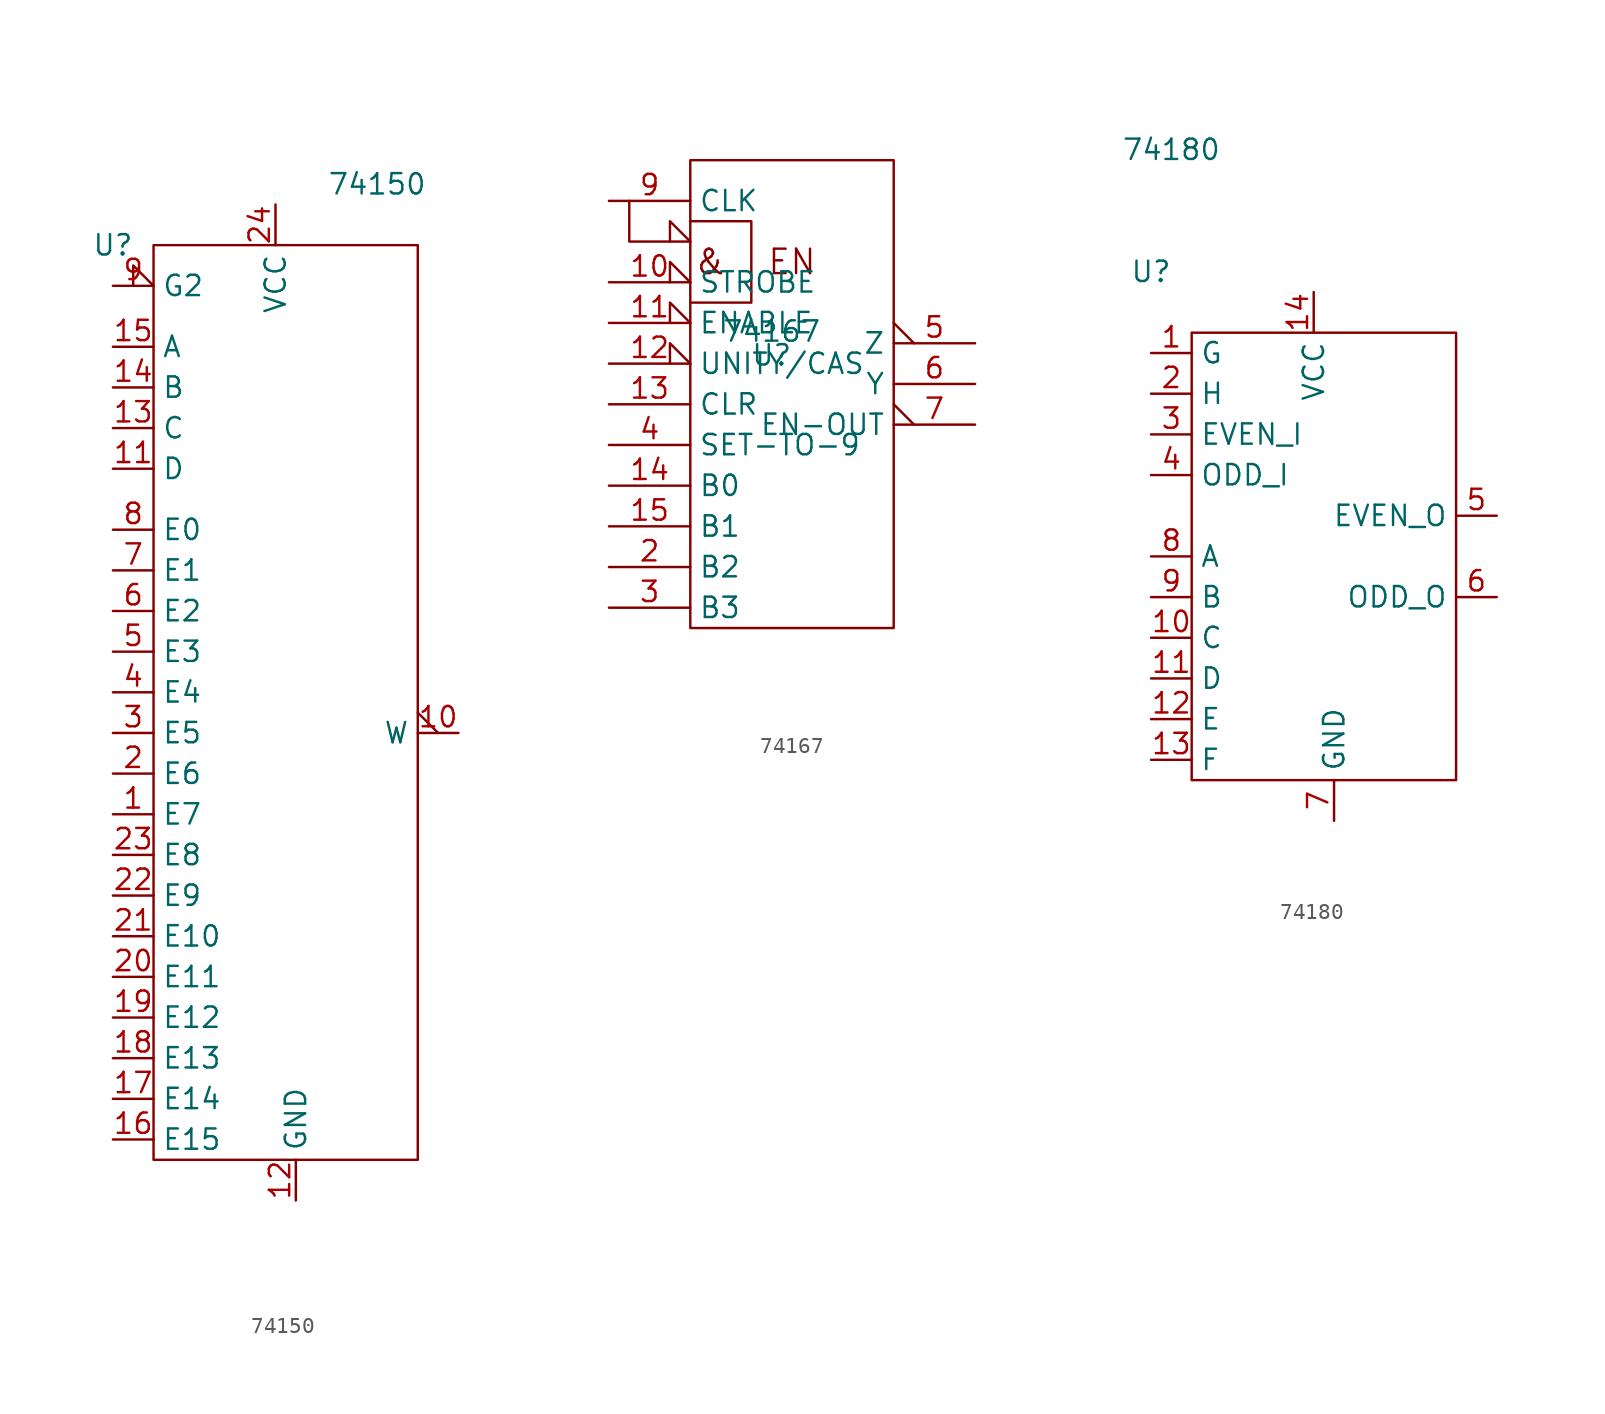
<source format=kicad_sym>
(kicad_symbol_lib
  (version 20211014)
  (generator kicad_symbol_editor)
  (symbol "74150"
    (property "Reference" "U"
      (at 0 0 0)
      (effects (font (size 1.27 1.27))))
    (property "Value" "74150"
      (at 16.51 3.81 0)
      (effects (font (size 1.27 1.27))))
    (symbol "74150_0_0"
      (pin input line (at 0 -35.56 0) (length 2.54) (name "E7" (effects (font (size 1.27 1.27)))) (number "1" (effects (font (size 1.27 1.27)))))
      (pin output output_low (at 21.59 -30.48 180) (length 2.54) (name "W" (effects (font (size 1.27 1.27)))) (number "10" (effects (font (size 1.27 1.27)))))
      (pin input line (at 0 -13.97 0) (length 2.54) (name "D" (effects (font (size 1.27 1.27)))) (number "11" (effects (font (size 1.27 1.27)))))
      (pin power_in line (at 11.43 -59.69 90) (length 2.54) (name "GND" (effects (font (size 1.27 1.27)))) (number "12" (effects (font (size 1.27 1.27)))))
      (pin input line (at 0 -11.43 0) (length 2.54) (name "C" (effects (font (size 1.27 1.27)))) (number "13" (effects (font (size 1.27 1.27)))))
      (pin input line (at 0 -8.89 0) (length 2.54) (name "B" (effects (font (size 1.27 1.27)))) (number "14" (effects (font (size 1.27 1.27)))))
      (pin input line (at 0 -6.35 0) (length 2.54) (name "A" (effects (font (size 1.27 1.27)))) (number "15" (effects (font (size 1.27 1.27)))))
      (pin input line (at 0 -55.88 0) (length 2.54) (name "E15" (effects (font (size 1.27 1.27)))) (number "16" (effects (font (size 1.27 1.27)))))
      (pin input line (at 0 -53.34 0) (length 2.54) (name "E14" (effects (font (size 1.27 1.27)))) (number "17" (effects (font (size 1.27 1.27)))))
      (pin input line (at 0 -50.8 0) (length 2.54) (name "E13" (effects (font (size 1.27 1.27)))) (number "18" (effects (font (size 1.27 1.27)))))
      (pin input line (at 0 -48.26 0) (length 2.54) (name "E12" (effects (font (size 1.27 1.27)))) (number "19" (effects (font (size 1.27 1.27)))))
      (pin input line (at 0 -33.02 0) (length 2.54) (name "E6" (effects (font (size 1.27 1.27)))) (number "2" (effects (font (size 1.27 1.27)))))
      (pin input line (at 0 -45.72 0) (length 2.54) (name "E11" (effects (font (size 1.27 1.27)))) (number "20" (effects (font (size 1.27 1.27)))))
      (pin input line (at 0 -43.18 0) (length 2.54) (name "E10" (effects (font (size 1.27 1.27)))) (number "21" (effects (font (size 1.27 1.27)))))
      (pin input line (at 0 -40.64 0) (length 2.54) (name "E9" (effects (font (size 1.27 1.27)))) (number "22" (effects (font (size 1.27 1.27)))))
      (pin input line (at 0 -38.1 0) (length 2.54) (name "E8" (effects (font (size 1.27 1.27)))) (number "23" (effects (font (size 1.27 1.27)))))
      (pin power_in line (at 10.16 2.54 270) (length 2.54) (name "VCC" (effects (font (size 1.27 1.27)))) (number "24" (effects (font (size 1.27 1.27)))))
      (pin input line (at 0 -30.48 0) (length 2.54) (name "E5" (effects (font (size 1.27 1.27)))) (number "3" (effects (font (size 1.27 1.27)))))
      (pin input line (at 0 -27.94 0) (length 2.54) (name "E4" (effects (font (size 1.27 1.27)))) (number "4" (effects (font (size 1.27 1.27)))))
      (pin input line (at 0 -25.4 0) (length 2.54) (name "E3" (effects (font (size 1.27 1.27)))) (number "5" (effects (font (size 1.27 1.27)))))
      (pin input line (at 0 -22.86 0) (length 2.54) (name "E2" (effects (font (size 1.27 1.27)))) (number "6" (effects (font (size 1.27 1.27)))))
      (pin input line (at 0 -20.32 0) (length 2.54) (name "E1" (effects (font (size 1.27 1.27)))) (number "7" (effects (font (size 1.27 1.27)))))
      (pin input line (at 0 -17.78 0) (length 2.54) (name "E0" (effects (font (size 1.27 1.27)))) (number "8" (effects (font (size 1.27 1.27)))))
      (pin input input_low (at 0 -2.54 0) (length 2.54) (name "G2" (effects (font (size 1.27 1.27)))) (number "9" (effects (font (size 1.27 1.27))))))
    (symbol "74150_0_1"
      (rectangle (start 2.54 0) (end 19.05 -57.15) (stroke (width 0.152) (type default) (color 0 0 0 0)) (fill (type none)))))
  (symbol "74167"
    (property "Reference" "U"
      (at 0 0 0)
      (effects (font (size 1.27 1.27)) (justify top)))
    (property "Value" "74167"
      (at 0 0 0)
      (effects (font (size 1.27 1.27)) (justify bottom)))
    (symbol "74167_0_0"
      (polyline (pts (xy -5.08 7.62) (xy -1.27 7.62) (xy -1.27 2.54) (xy -5.08 2.54) (xy -5.08 2.54)) (stroke (width 0) (type default) (color 0 0 0 0)) (fill (type none)))
      (text "&" (at -3.81 5.08 0) (effects (font (size 1.524 1.524))))
      (text "EN" (at 1.27 5.08 0) (effects (font (size 1.524 1.524))))
      (pin input input_low (at -10.16 3.81 0) (length 5.08) (name "STROBE" (effects (font (size 1.27 1.27)))) (number "10" (effects (font (size 1.27 1.27)))))
      (pin input input_low (at -10.16 1.27 0) (length 5.08) (name "ENABLE" (effects (font (size 1.27 1.27)))) (number "11" (effects (font (size 1.27 1.27)))))
      (pin input input_low (at -10.16 -1.27 0) (length 5.08) (name "UNITY/CAS" (effects (font (size 1.27 1.27)))) (number "12" (effects (font (size 1.27 1.27)))))
      (pin input line (at -10.16 -3.81 0) (length 5.08) (name "CLR" (effects (font (size 1.27 1.27)))) (number "13" (effects (font (size 1.27 1.27)))))
      (pin input line (at -10.16 -8.89 0) (length 5.08) (name "B0" (effects (font (size 1.27 1.27)))) (number "14" (effects (font (size 1.27 1.27)))))
      (pin input line (at -10.16 -11.43 0) (length 5.08) (name "B1" (effects (font (size 1.27 1.27)))) (number "15" (effects (font (size 1.27 1.27)))))
      (pin power_in line (at 1.27 11.43 90) (length 2.54) hide (name "VCC" (effects (font (size 1.27 1.27)))) (number "16" (effects (font (size 1.27 1.27)))))
      (pin input line (at -10.16 -13.97 0) (length 5.08) (name "B2" (effects (font (size 1.27 1.27)))) (number "2" (effects (font (size 1.27 1.27)))))
      (pin input line (at -10.16 -16.51 0) (length 5.08) (name "B3" (effects (font (size 1.27 1.27)))) (number "3" (effects (font (size 1.27 1.27)))))
      (pin input line (at -10.16 -6.35 0) (length 5.08) (name "SET-TO-9" (effects (font (size 1.27 1.27)))) (number "4" (effects (font (size 1.27 1.27)))))
      (pin output output_low (at 12.7 0 180) (length 5.08) (name "Z" (effects (font (size 1.27 1.27)))) (number "5" (effects (font (size 1.27 1.27)))))
      (pin output line (at 12.7 -2.54 180) (length 5.08) (name "Y" (effects (font (size 1.27 1.27)))) (number "6" (effects (font (size 1.27 1.27)))))
      (pin output output_low (at 12.7 -5.08 180) (length 5.08) (name "EN-OUT" (effects (font (size 1.27 1.27)))) (number "7" (effects (font (size 1.27 1.27)))))
      (pin input line (at -10.16 8.89 0) (length 5.08) (name "CLK" (effects (font (size 1.27 1.27)))) (number "9" (effects (font (size 1.27 1.27))))))
    (symbol "74167_0_1"
      (rectangle (start -5.08 11.43) (end 7.62 -17.78) (stroke (width 0) (type default) (color 0 0 0 0)) (fill (type none)))
      (polyline (pts (xy -8.89 8.89) (xy -8.89 6.35) (xy -5.08 6.35)) (stroke (width 0.152) (type default) (color 0 0 0 0)) (fill (type none)))
      (polyline (pts (xy -5.08 6.35) (xy -6.35 7.62) (xy -6.35 6.35)) (stroke (width 0.152) (type default) (color 0 0 0 0)) (fill (type none))))
    (symbol "74167_1_1"
      (pin power_in line (at 1.27 -20.32 90) (length 2.54) hide (name "GND" (effects (font (size 1.27 1.27)))) (number "8" (effects (font (size 1.27 1.27)))))))
  (symbol "74180"
    (property "Reference" "U"
      (at 0 0 0)
      (effects (font (size 1.27 1.27))))
    (property "Value" "74180"
      (at 1.27 7.62 0)
      (effects (font (size 1.27 1.27))))
    (symbol "74180_0_0"
      (pin input line (at 0 -5.08 0) (length 2.54) (name "G" (effects (font (size 1.27 1.27)))) (number "1" (effects (font (size 1.27 1.27)))))
      (pin input line (at 0 -22.86 0) (length 2.54) (name "C" (effects (font (size 1.27 1.27)))) (number "10" (effects (font (size 1.27 1.27)))))
      (pin input line (at 0 -25.4 0) (length 2.54) (name "D" (effects (font (size 1.27 1.27)))) (number "11" (effects (font (size 1.27 1.27)))))
      (pin input line (at 0 -27.94 0) (length 2.54) (name "E" (effects (font (size 1.27 1.27)))) (number "12" (effects (font (size 1.27 1.27)))))
      (pin input line (at 0 -30.48 0) (length 2.54) (name "F" (effects (font (size 1.27 1.27)))) (number "13" (effects (font (size 1.27 1.27)))))
      (pin power_in line (at 10.16 -1.27 270) (length 2.54) (name "VCC" (effects (font (size 1.27 1.27)))) (number "14" (effects (font (size 1.27 1.27)))))
      (pin input line (at 0 -7.62 0) (length 2.54) (name "H" (effects (font (size 1.27 1.27)))) (number "2" (effects (font (size 1.27 1.27)))))
      (pin input line (at 0 -10.16 0) (length 2.54) (name "EVEN_I" (effects (font (size 1.27 1.27)))) (number "3" (effects (font (size 1.27 1.27)))))
      (pin input line (at 0 -12.7 0) (length 2.54) (name "ODD_I" (effects (font (size 1.27 1.27)))) (number "4" (effects (font (size 1.27 1.27)))))
      (pin output line (at 21.59 -15.24 180) (length 2.54) (name "EVEN_O" (effects (font (size 1.27 1.27)))) (number "5" (effects (font (size 1.27 1.27)))))
      (pin output line (at 21.59 -20.32 180) (length 2.54) (name "ODD_O" (effects (font (size 1.27 1.27)))) (number "6" (effects (font (size 1.27 1.27)))))
      (pin power_out line (at 11.43 -34.29 90) (length 2.54) (name "GND" (effects (font (size 1.27 1.27)))) (number "7" (effects (font (size 1.27 1.27)))))
      (pin input line (at 0 -17.78 0) (length 2.54) (name "A" (effects (font (size 1.27 1.27)))) (number "8" (effects (font (size 1.27 1.27)))))
      (pin input line (at 0 -20.32 0) (length 2.54) (name "B" (effects (font (size 1.27 1.27)))) (number "9" (effects (font (size 1.27 1.27))))))
    (symbol "74180_0_1"
      (rectangle (start 2.54 -3.81) (end 19.05 -31.75) (stroke (width 0.152) (type default) (color 0 0 0 0)) (fill (type none))))))
</source>
